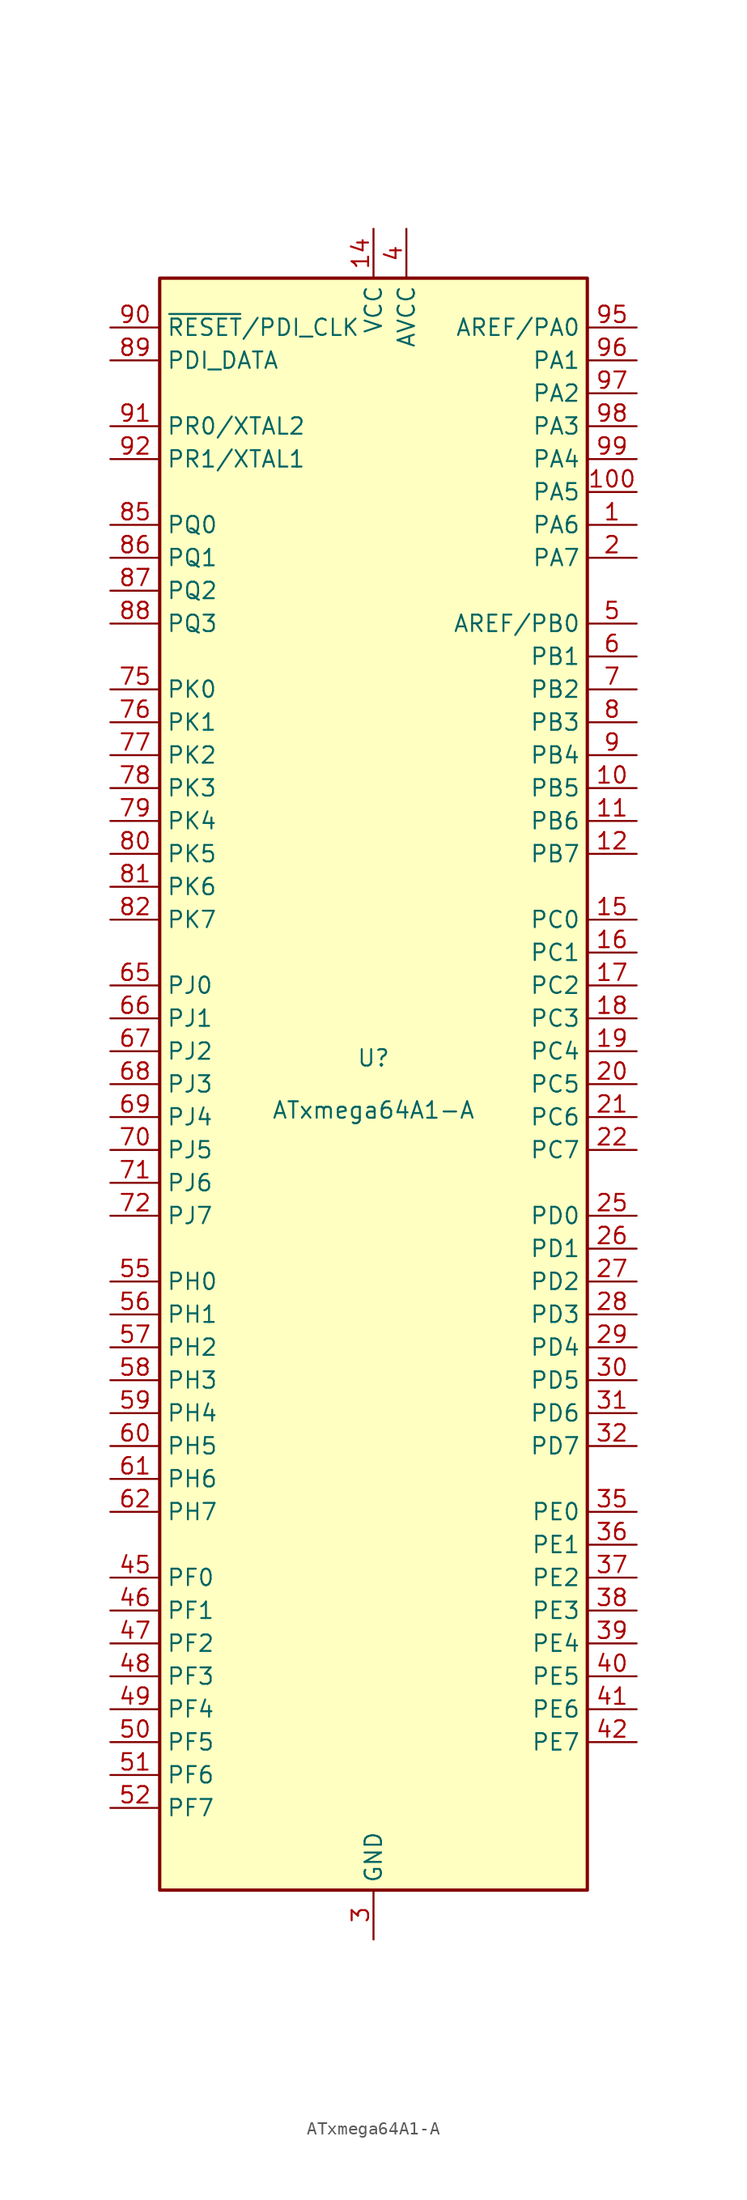
<source format=kicad_sym>
(kicad_symbol_lib
  (version 20201005)
  (generator kicad_symbol_editor)
  (symbol "MCU_Microchip_ATmega:ATxmega64A1-A"
    (property "Reference" "U"
      (at 0 1.27 0)
      (effects (font (size 1.27 1.27)) (justify bottom)))
    (property "Value" "ATxmega64A1-A"
      (at 0 -1.27 0)
      (effects (font (size 1.27 1.27)) (justify top)))
    (symbol "ATxmega64A1-A_0_1"
      (rectangle (start -16.51 -62.23) (end 16.51 62.23) (stroke (width 0.254)) (fill (type background))))
    (symbol "ATxmega64A1-A_1_1"
      (pin bidirectional line (at 20.32 43.18 180) (length 3.81) (name "PA6" (effects (font (size 1.27 1.27)))) (number "1" (effects (font (size 1.27 1.27)))))
      (pin bidirectional line (at 20.32 22.86 180) (length 3.81) (name "PB5" (effects (font (size 1.27 1.27)))) (number "10" (effects (font (size 1.27 1.27)))))
      (pin bidirectional line (at 20.32 45.72 180) (length 3.81) (name "PA5" (effects (font (size 1.27 1.27)))) (number "100" (effects (font (size 1.27 1.27)))))
      (pin bidirectional line (at 20.32 20.32 180) (length 3.81) (name "PB6" (effects (font (size 1.27 1.27)))) (number "11" (effects (font (size 1.27 1.27)))))
      (pin bidirectional line (at 20.32 17.78 180) (length 3.81) (name "PB7" (effects (font (size 1.27 1.27)))) (number "12" (effects (font (size 1.27 1.27)))))
      (pin passive line (at 0 -66.04 90) (length 3.81) hide (name "GND" (effects (font (size 1.27 1.27)))) (number "13" (effects (font (size 1.27 1.27)))))
      (pin power_in line (at 0 66.04 270) (length 3.81) (name "VCC" (effects (font (size 1.27 1.27)))) (number "14" (effects (font (size 1.27 1.27)))))
      (pin bidirectional line (at 20.32 12.7 180) (length 3.81) (name "PC0" (effects (font (size 1.27 1.27)))) (number "15" (effects (font (size 1.27 1.27)))))
      (pin bidirectional line (at 20.32 10.16 180) (length 3.81) (name "PC1" (effects (font (size 1.27 1.27)))) (number "16" (effects (font (size 1.27 1.27)))))
      (pin bidirectional line (at 20.32 7.62 180) (length 3.81) (name "PC2" (effects (font (size 1.27 1.27)))) (number "17" (effects (font (size 1.27 1.27)))))
      (pin bidirectional line (at 20.32 5.08 180) (length 3.81) (name "PC3" (effects (font (size 1.27 1.27)))) (number "18" (effects (font (size 1.27 1.27)))))
      (pin bidirectional line (at 20.32 2.54 180) (length 3.81) (name "PC4" (effects (font (size 1.27 1.27)))) (number "19" (effects (font (size 1.27 1.27)))))
      (pin bidirectional line (at 20.32 40.64 180) (length 3.81) (name "PA7" (effects (font (size 1.27 1.27)))) (number "2" (effects (font (size 1.27 1.27)))))
      (pin bidirectional line (at 20.32 0 180) (length 3.81) (name "PC5" (effects (font (size 1.27 1.27)))) (number "20" (effects (font (size 1.27 1.27)))))
      (pin bidirectional line (at 20.32 -2.54 180) (length 3.81) (name "PC6" (effects (font (size 1.27 1.27)))) (number "21" (effects (font (size 1.27 1.27)))))
      (pin bidirectional line (at 20.32 -5.08 180) (length 3.81) (name "PC7" (effects (font (size 1.27 1.27)))) (number "22" (effects (font (size 1.27 1.27)))))
      (pin passive line (at 0 -66.04 90) (length 3.81) hide (name "GND" (effects (font (size 1.27 1.27)))) (number "23" (effects (font (size 1.27 1.27)))))
      (pin passive line (at 0 66.04 270) (length 3.81) hide (name "VCC" (effects (font (size 1.27 1.27)))) (number "24" (effects (font (size 1.27 1.27)))))
      (pin bidirectional line (at 20.32 -10.16 180) (length 3.81) (name "PD0" (effects (font (size 1.27 1.27)))) (number "25" (effects (font (size 1.27 1.27)))))
      (pin bidirectional line (at 20.32 -12.7 180) (length 3.81) (name "PD1" (effects (font (size 1.27 1.27)))) (number "26" (effects (font (size 1.27 1.27)))))
      (pin bidirectional line (at 20.32 -15.24 180) (length 3.81) (name "PD2" (effects (font (size 1.27 1.27)))) (number "27" (effects (font (size 1.27 1.27)))))
      (pin bidirectional line (at 20.32 -17.78 180) (length 3.81) (name "PD3" (effects (font (size 1.27 1.27)))) (number "28" (effects (font (size 1.27 1.27)))))
      (pin bidirectional line (at 20.32 -20.32 180) (length 3.81) (name "PD4" (effects (font (size 1.27 1.27)))) (number "29" (effects (font (size 1.27 1.27)))))
      (pin power_in line (at 0 -66.04 90) (length 3.81) (name "GND" (effects (font (size 1.27 1.27)))) (number "3" (effects (font (size 1.27 1.27)))))
      (pin bidirectional line (at 20.32 -22.86 180) (length 3.81) (name "PD5" (effects (font (size 1.27 1.27)))) (number "30" (effects (font (size 1.27 1.27)))))
      (pin bidirectional line (at 20.32 -25.4 180) (length 3.81) (name "PD6" (effects (font (size 1.27 1.27)))) (number "31" (effects (font (size 1.27 1.27)))))
      (pin bidirectional line (at 20.32 -27.94 180) (length 3.81) (name "PD7" (effects (font (size 1.27 1.27)))) (number "32" (effects (font (size 1.27 1.27)))))
      (pin passive line (at 0 -66.04 90) (length 3.81) hide (name "GND" (effects (font (size 1.27 1.27)))) (number "33" (effects (font (size 1.27 1.27)))))
      (pin passive line (at 0 66.04 270) (length 3.81) hide (name "VCC" (effects (font (size 1.27 1.27)))) (number "34" (effects (font (size 1.27 1.27)))))
      (pin bidirectional line (at 20.32 -33.02 180) (length 3.81) (name "PE0" (effects (font (size 1.27 1.27)))) (number "35" (effects (font (size 1.27 1.27)))))
      (pin bidirectional line (at 20.32 -35.56 180) (length 3.81) (name "PE1" (effects (font (size 1.27 1.27)))) (number "36" (effects (font (size 1.27 1.27)))))
      (pin bidirectional line (at 20.32 -38.1 180) (length 3.81) (name "PE2" (effects (font (size 1.27 1.27)))) (number "37" (effects (font (size 1.27 1.27)))))
      (pin bidirectional line (at 20.32 -40.64 180) (length 3.81) (name "PE3" (effects (font (size 1.27 1.27)))) (number "38" (effects (font (size 1.27 1.27)))))
      (pin bidirectional line (at 20.32 -43.18 180) (length 3.81) (name "PE4" (effects (font (size 1.27 1.27)))) (number "39" (effects (font (size 1.27 1.27)))))
      (pin power_in line (at 2.54 66.04 270) (length 3.81) (name "AVCC" (effects (font (size 1.27 1.27)))) (number "4" (effects (font (size 1.27 1.27)))))
      (pin bidirectional line (at 20.32 -45.72 180) (length 3.81) (name "PE5" (effects (font (size 1.27 1.27)))) (number "40" (effects (font (size 1.27 1.27)))))
      (pin bidirectional line (at 20.32 -48.26 180) (length 3.81) (name "PE6" (effects (font (size 1.27 1.27)))) (number "41" (effects (font (size 1.27 1.27)))))
      (pin bidirectional line (at 20.32 -50.8 180) (length 3.81) (name "PE7" (effects (font (size 1.27 1.27)))) (number "42" (effects (font (size 1.27 1.27)))))
      (pin passive line (at 0 -66.04 90) (length 3.81) hide (name "GND" (effects (font (size 1.27 1.27)))) (number "43" (effects (font (size 1.27 1.27)))))
      (pin passive line (at 0 66.04 270) (length 3.81) hide (name "VCC" (effects (font (size 1.27 1.27)))) (number "44" (effects (font (size 1.27 1.27)))))
      (pin bidirectional line (at -20.32 -38.1 0) (length 3.81) (name "PF0" (effects (font (size 1.27 1.27)))) (number "45" (effects (font (size 1.27 1.27)))))
      (pin bidirectional line (at -20.32 -40.64 0) (length 3.81) (name "PF1" (effects (font (size 1.27 1.27)))) (number "46" (effects (font (size 1.27 1.27)))))
      (pin bidirectional line (at -20.32 -43.18 0) (length 3.81) (name "PF2" (effects (font (size 1.27 1.27)))) (number "47" (effects (font (size 1.27 1.27)))))
      (pin bidirectional line (at -20.32 -45.72 0) (length 3.81) (name "PF3" (effects (font (size 1.27 1.27)))) (number "48" (effects (font (size 1.27 1.27)))))
      (pin bidirectional line (at -20.32 -48.26 0) (length 3.81) (name "PF4" (effects (font (size 1.27 1.27)))) (number "49" (effects (font (size 1.27 1.27)))))
      (pin bidirectional line (at 20.32 35.56 180) (length 3.81) (name "AREF/PB0" (effects (font (size 1.27 1.27)))) (number "5" (effects (font (size 1.27 1.27)))))
      (pin bidirectional line (at -20.32 -50.8 0) (length 3.81) (name "PF5" (effects (font (size 1.27 1.27)))) (number "50" (effects (font (size 1.27 1.27)))))
      (pin bidirectional line (at -20.32 -53.34 0) (length 3.81) (name "PF6" (effects (font (size 1.27 1.27)))) (number "51" (effects (font (size 1.27 1.27)))))
      (pin bidirectional line (at -20.32 -55.88 0) (length 3.81) (name "PF7" (effects (font (size 1.27 1.27)))) (number "52" (effects (font (size 1.27 1.27)))))
      (pin passive line (at 0 -66.04 90) (length 3.81) hide (name "GND" (effects (font (size 1.27 1.27)))) (number "53" (effects (font (size 1.27 1.27)))))
      (pin passive line (at 0 66.04 270) (length 3.81) hide (name "VCC" (effects (font (size 1.27 1.27)))) (number "54" (effects (font (size 1.27 1.27)))))
      (pin bidirectional line (at -20.32 -15.24 0) (length 3.81) (name "PH0" (effects (font (size 1.27 1.27)))) (number "55" (effects (font (size 1.27 1.27)))))
      (pin bidirectional line (at -20.32 -17.78 0) (length 3.81) (name "PH1" (effects (font (size 1.27 1.27)))) (number "56" (effects (font (size 1.27 1.27)))))
      (pin bidirectional line (at -20.32 -20.32 0) (length 3.81) (name "PH2" (effects (font (size 1.27 1.27)))) (number "57" (effects (font (size 1.27 1.27)))))
      (pin bidirectional line (at -20.32 -22.86 0) (length 3.81) (name "PH3" (effects (font (size 1.27 1.27)))) (number "58" (effects (font (size 1.27 1.27)))))
      (pin bidirectional line (at -20.32 -25.4 0) (length 3.81) (name "PH4" (effects (font (size 1.27 1.27)))) (number "59" (effects (font (size 1.27 1.27)))))
      (pin bidirectional line (at 20.32 33.02 180) (length 3.81) (name "PB1" (effects (font (size 1.27 1.27)))) (number "6" (effects (font (size 1.27 1.27)))))
      (pin bidirectional line (at -20.32 -27.94 0) (length 3.81) (name "PH5" (effects (font (size 1.27 1.27)))) (number "60" (effects (font (size 1.27 1.27)))))
      (pin bidirectional line (at -20.32 -30.48 0) (length 3.81) (name "PH6" (effects (font (size 1.27 1.27)))) (number "61" (effects (font (size 1.27 1.27)))))
      (pin bidirectional line (at -20.32 -33.02 0) (length 3.81) (name "PH7" (effects (font (size 1.27 1.27)))) (number "62" (effects (font (size 1.27 1.27)))))
      (pin passive line (at 0 -66.04 90) (length 3.81) hide (name "GND" (effects (font (size 1.27 1.27)))) (number "63" (effects (font (size 1.27 1.27)))))
      (pin passive line (at 0 66.04 270) (length 3.81) hide (name "VCC" (effects (font (size 1.27 1.27)))) (number "64" (effects (font (size 1.27 1.27)))))
      (pin bidirectional line (at -20.32 7.62 0) (length 3.81) (name "PJ0" (effects (font (size 1.27 1.27)))) (number "65" (effects (font (size 1.27 1.27)))))
      (pin bidirectional line (at -20.32 5.08 0) (length 3.81) (name "PJ1" (effects (font (size 1.27 1.27)))) (number "66" (effects (font (size 1.27 1.27)))))
      (pin bidirectional line (at -20.32 2.54 0) (length 3.81) (name "PJ2" (effects (font (size 1.27 1.27)))) (number "67" (effects (font (size 1.27 1.27)))))
      (pin bidirectional line (at -20.32 0 0) (length 3.81) (name "PJ3" (effects (font (size 1.27 1.27)))) (number "68" (effects (font (size 1.27 1.27)))))
      (pin bidirectional line (at -20.32 -2.54 0) (length 3.81) (name "PJ4" (effects (font (size 1.27 1.27)))) (number "69" (effects (font (size 1.27 1.27)))))
      (pin bidirectional line (at 20.32 30.48 180) (length 3.81) (name "PB2" (effects (font (size 1.27 1.27)))) (number "7" (effects (font (size 1.27 1.27)))))
      (pin bidirectional line (at -20.32 -5.08 0) (length 3.81) (name "PJ5" (effects (font (size 1.27 1.27)))) (number "70" (effects (font (size 1.27 1.27)))))
      (pin bidirectional line (at -20.32 -7.62 0) (length 3.81) (name "PJ6" (effects (font (size 1.27 1.27)))) (number "71" (effects (font (size 1.27 1.27)))))
      (pin bidirectional line (at -20.32 -10.16 0) (length 3.81) (name "PJ7" (effects (font (size 1.27 1.27)))) (number "72" (effects (font (size 1.27 1.27)))))
      (pin passive line (at 0 -66.04 90) (length 3.81) hide (name "GND" (effects (font (size 1.27 1.27)))) (number "73" (effects (font (size 1.27 1.27)))))
      (pin passive line (at 0 66.04 270) (length 3.81) hide (name "VCC" (effects (font (size 1.27 1.27)))) (number "74" (effects (font (size 1.27 1.27)))))
      (pin bidirectional line (at -20.32 30.48 0) (length 3.81) (name "PK0" (effects (font (size 1.27 1.27)))) (number "75" (effects (font (size 1.27 1.27)))))
      (pin bidirectional line (at -20.32 27.94 0) (length 3.81) (name "PK1" (effects (font (size 1.27 1.27)))) (number "76" (effects (font (size 1.27 1.27)))))
      (pin bidirectional line (at -20.32 25.4 0) (length 3.81) (name "PK2" (effects (font (size 1.27 1.27)))) (number "77" (effects (font (size 1.27 1.27)))))
      (pin bidirectional line (at -20.32 22.86 0) (length 3.81) (name "PK3" (effects (font (size 1.27 1.27)))) (number "78" (effects (font (size 1.27 1.27)))))
      (pin bidirectional line (at -20.32 20.32 0) (length 3.81) (name "PK4" (effects (font (size 1.27 1.27)))) (number "79" (effects (font (size 1.27 1.27)))))
      (pin bidirectional line (at 20.32 27.94 180) (length 3.81) (name "PB3" (effects (font (size 1.27 1.27)))) (number "8" (effects (font (size 1.27 1.27)))))
      (pin bidirectional line (at -20.32 17.78 0) (length 3.81) (name "PK5" (effects (font (size 1.27 1.27)))) (number "80" (effects (font (size 1.27 1.27)))))
      (pin bidirectional line (at -20.32 15.24 0) (length 3.81) (name "PK6" (effects (font (size 1.27 1.27)))) (number "81" (effects (font (size 1.27 1.27)))))
      (pin bidirectional line (at -20.32 12.7 0) (length 3.81) (name "PK7" (effects (font (size 1.27 1.27)))) (number "82" (effects (font (size 1.27 1.27)))))
      (pin passive line (at 0 66.04 270) (length 3.81) hide (name "VCC" (effects (font (size 1.27 1.27)))) (number "83" (effects (font (size 1.27 1.27)))))
      (pin passive line (at 0 -66.04 90) (length 3.81) hide (name "GND" (effects (font (size 1.27 1.27)))) (number "84" (effects (font (size 1.27 1.27)))))
      (pin bidirectional line (at -20.32 43.18 0) (length 3.81) (name "PQ0" (effects (font (size 1.27 1.27)))) (number "85" (effects (font (size 1.27 1.27)))))
      (pin bidirectional line (at -20.32 40.64 0) (length 3.81) (name "PQ1" (effects (font (size 1.27 1.27)))) (number "86" (effects (font (size 1.27 1.27)))))
      (pin bidirectional line (at -20.32 38.1 0) (length 3.81) (name "PQ2" (effects (font (size 1.27 1.27)))) (number "87" (effects (font (size 1.27 1.27)))))
      (pin bidirectional line (at -20.32 35.56 0) (length 3.81) (name "PQ3" (effects (font (size 1.27 1.27)))) (number "88" (effects (font (size 1.27 1.27)))))
      (pin bidirectional line (at -20.32 55.88 0) (length 3.81) (name "PDI_DATA" (effects (font (size 1.27 1.27)))) (number "89" (effects (font (size 1.27 1.27)))))
      (pin bidirectional line (at 20.32 25.4 180) (length 3.81) (name "PB4" (effects (font (size 1.27 1.27)))) (number "9" (effects (font (size 1.27 1.27)))))
      (pin input line (at -20.32 58.42 0) (length 3.81) (name "~RESET~/PDI_CLK" (effects (font (size 1.27 1.27)))) (number "90" (effects (font (size 1.27 1.27)))))
      (pin bidirectional line (at -20.32 50.8 0) (length 3.81) (name "PR0/XTAL2" (effects (font (size 1.27 1.27)))) (number "91" (effects (font (size 1.27 1.27)))))
      (pin bidirectional line (at -20.32 48.26 0) (length 3.81) (name "PR1/XTAL1" (effects (font (size 1.27 1.27)))) (number "92" (effects (font (size 1.27 1.27)))))
      (pin passive line (at 0 -66.04 90) (length 3.81) hide (name "GND" (effects (font (size 1.27 1.27)))) (number "93" (effects (font (size 1.27 1.27)))))
      (pin passive line (at 2.54 66.04 270) (length 3.81) hide (name "AVCC" (effects (font (size 1.27 1.27)))) (number "94" (effects (font (size 1.27 1.27)))))
      (pin bidirectional line (at 20.32 58.42 180) (length 3.81) (name "AREF/PA0" (effects (font (size 1.27 1.27)))) (number "95" (effects (font (size 1.27 1.27)))))
      (pin bidirectional line (at 20.32 55.88 180) (length 3.81) (name "PA1" (effects (font (size 1.27 1.27)))) (number "96" (effects (font (size 1.27 1.27)))))
      (pin bidirectional line (at 20.32 53.34 180) (length 3.81) (name "PA2" (effects (font (size 1.27 1.27)))) (number "97" (effects (font (size 1.27 1.27)))))
      (pin bidirectional line (at 20.32 50.8 180) (length 3.81) (name "PA3" (effects (font (size 1.27 1.27)))) (number "98" (effects (font (size 1.27 1.27)))))
      (pin bidirectional line (at 20.32 48.26 180) (length 3.81) (name "PA4" (effects (font (size 1.27 1.27)))) (number "99" (effects (font (size 1.27 1.27))))))))
</source>
